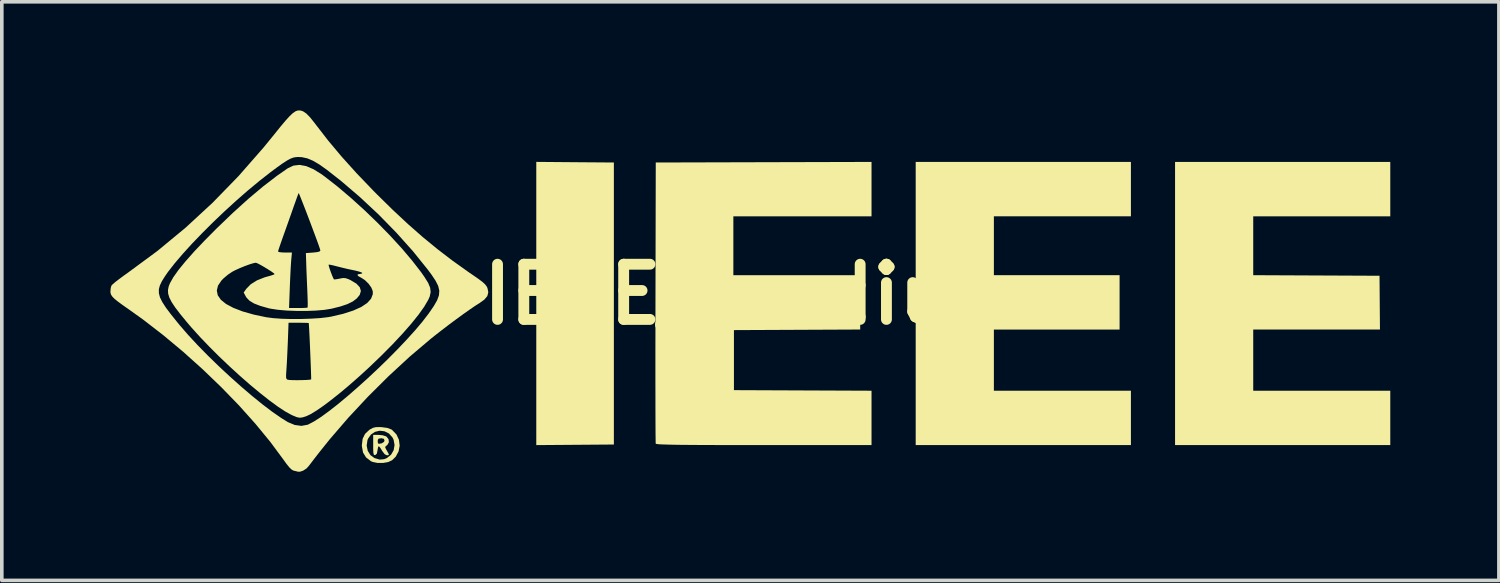
<source format=kicad_pcb>
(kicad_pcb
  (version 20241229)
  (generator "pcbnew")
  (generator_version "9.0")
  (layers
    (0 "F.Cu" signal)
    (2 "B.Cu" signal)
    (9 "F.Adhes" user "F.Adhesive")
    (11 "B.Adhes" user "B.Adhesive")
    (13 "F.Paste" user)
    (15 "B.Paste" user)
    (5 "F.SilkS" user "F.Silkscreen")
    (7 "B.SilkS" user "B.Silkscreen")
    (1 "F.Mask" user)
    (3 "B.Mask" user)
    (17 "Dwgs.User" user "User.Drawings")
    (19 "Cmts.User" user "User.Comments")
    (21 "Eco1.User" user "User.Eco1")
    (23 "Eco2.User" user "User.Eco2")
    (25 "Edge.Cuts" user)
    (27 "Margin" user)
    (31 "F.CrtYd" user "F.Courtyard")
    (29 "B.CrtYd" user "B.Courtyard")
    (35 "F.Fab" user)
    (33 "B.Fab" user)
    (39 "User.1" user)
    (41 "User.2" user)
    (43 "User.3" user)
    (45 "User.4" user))
  (footprint "IEEE_medium"
    (layer "F.Cu")
    (at 17.767 5.082)
    (property "Reference" "IEEE_medium" (at 0 0 0) (layer "F.SilkS") (effects (font (size 1.524 1.524) (thickness 0.3))))
    (attr through_hole)
    (fp_poly (pts (xy -4.935 -3.652) (xy -3.863 -3.644) (xy -3.863 4.145) (xy -4.935 4.153) (xy -6.006 4.161) (xy -6.006 -3.661)) (stroke (width 0) (type solid)) (fill yes) (layer "F.SilkS"))
    (fp_poly (pts (xy 10.417 -2.158) (xy 6.632 -2.158) (xy 6.632 -0.532) (xy 10.104 -0.532) (xy 10.104 0.97) (xy 6.632 0.97) (xy 6.632 2.659) (xy 10.417 2.659) (xy 10.417 4.16) (xy 4.473 4.16) (xy 4.473 -3.66) (xy 10.417 -3.66)) (stroke (width 0) (type solid)) (fill yes) (layer "F.SilkS"))
    (fp_poly (pts (xy 17.58 -2.158) (xy 13.795 -2.158) (xy 13.795 -0.532) (xy 15.539 -0.524) (xy 17.283 -0.516) (xy 17.295 0.97) (xy 13.795 0.97) (xy 13.795 2.659) (xy 17.58 2.659) (xy 17.58 4.16) (xy 11.636 4.16) (xy 11.636 -3.66) (xy 17.58 -3.66)) (stroke (width 0) (type solid)) (fill yes) (layer "F.SilkS"))
    (fp_poly (pts (xy 3.253 -2.158) (xy -0.563 -2.158) (xy -0.563 -0.532) (xy 2.94 -0.532) (xy 2.94 0.969) (xy -0.547 0.985) (xy -0.547 2.643) (xy 1.353 2.651) (xy 3.253 2.659) (xy 3.253 4.16) (xy 0.281 4.16) (xy -0.237 4.16) (xy -0.695 4.16) (xy -1.097 4.159) (xy -1.446 4.158) (xy -1.744 4.156) (xy -1.996 4.154) (xy -2.204 4.151) (xy -2.371 4.147) (xy -2.501 4.143) (xy -2.596 4.139) (xy -2.66 4.133) (xy -2.696 4.127) (xy -2.707 4.121) (xy -2.709 4.086) (xy -2.71 3.991) (xy -2.712 3.842) (xy -2.713 3.641) (xy -2.714 3.394) (xy -2.715 3.103) (xy -2.715 2.772) (xy -2.716 2.405) (xy -2.716 2.007) (xy -2.716 1.58) (xy -2.715 1.129) (xy -2.715 0.657) (xy -2.714 0.219) (xy -2.706 -3.644) (xy 3.253 -3.66)) (stroke (width 0) (type solid)) (fill yes) (layer "F.SilkS"))
    (fp_poly (pts (xy -10.274 3.666) (xy -10.117 3.687) (xy -10.007 3.729) (xy -9.987 3.743) (xy -9.868 3.866) (xy -9.799 4.015) (xy -9.779 4.176) (xy -9.809 4.336) (xy -9.888 4.481) (xy -9.987 4.578) (xy -10.096 4.629) (xy -10.238 4.654) (xy -10.389 4.654) (xy -10.525 4.626) (xy -10.573 4.605) (xy -10.708 4.501) (xy -10.791 4.365) (xy -10.822 4.193) (xy -10.823 4.175) (xy -10.69 4.175) (xy -10.661 4.318) (xy -10.586 4.438) (xy -10.471 4.521) (xy -10.469 4.521) (xy -10.331 4.561) (xy -10.207 4.55) (xy -10.132 4.519) (xy -10.017 4.427) (xy -9.945 4.302) (xy -9.92 4.159) (xy -9.946 4.014) (xy -9.978 3.949) (xy -10.076 3.84) (xy -10.198 3.779) (xy -10.33 3.764) (xy -10.459 3.794) (xy -10.571 3.868) (xy -10.652 3.983) (xy -10.668 4.023) (xy -10.69 4.175) (xy -10.823 4.175) (xy -10.823 4.164) (xy -10.802 3.988) (xy -10.735 3.851) (xy -10.618 3.741) (xy -10.59 3.723) (xy -10.513 3.683) (xy -10.433 3.665) (xy -10.327 3.663)) (stroke (width 0) (type solid)) (fill yes) (layer "F.SilkS"))
    (fp_poly (pts (xy -10.251 3.889) (xy -10.161 3.917) (xy -10.142 3.928) (xy -10.086 3.998) (xy -10.077 4.082) (xy -10.118 4.155) (xy -10.134 4.168) (xy -10.172 4.199) (xy -10.177 4.23) (xy -10.15 4.285) (xy -10.134 4.312) (xy -10.089 4.389) (xy -10.077 4.428) (xy -10.1 4.441) (xy -10.133 4.442) (xy -10.192 4.413) (xy -10.255 4.331) (xy -10.264 4.317) (xy -10.31 4.242) (xy -10.348 4.197) (xy -10.358 4.192) (xy -10.375 4.219) (xy -10.389 4.288) (xy -10.391 4.309) (xy -10.41 4.398) (xy -10.451 4.435) (xy -10.456 4.436) (xy -10.482 4.435) (xy -10.498 4.412) (xy -10.507 4.355) (xy -10.51 4.255) (xy -10.51 4.163) (xy -10.51 4.051) (xy -10.385 4.051) (xy -10.38 4.107) (xy -10.353 4.126) (xy -10.286 4.114) (xy -10.268 4.109) (xy -10.21 4.071) (xy -10.198 4.032) (xy -10.214 3.988) (xy -10.273 3.973) (xy -10.291 3.973) (xy -10.358 3.981) (xy -10.383 4.017) (xy -10.385 4.051) (xy -10.51 4.051) (xy -10.51 3.879) (xy -10.361 3.879)) (stroke (width 0) (type solid)) (fill yes) (layer "F.SilkS"))
    (fp_poly (pts (xy -12.525 -5.082) (xy -12.46 -5.062) (xy -12.437 -5.051) (xy -12.356 -4.996) (xy -12.257 -4.895) (xy -12.136 -4.745) (xy -12.099 -4.696) (xy -11.756 -4.253) (xy -11.38 -3.804) (xy -10.963 -3.342) (xy -10.5 -2.859) (xy -10.41 -2.768) (xy -9.968 -2.334) (xy -9.549 -1.943) (xy -9.143 -1.586) (xy -8.737 -1.253) (xy -8.322 -0.935) (xy -7.885 -0.623) (xy -7.74 -0.524) (xy -7.592 -0.421) (xy -7.488 -0.342) (xy -7.419 -0.278) (xy -7.376 -0.222) (xy -7.354 -0.176) (xy -7.331 -0.059) (xy -7.358 0.045) (xy -7.44 0.143) (xy -7.579 0.243) (xy -7.59 0.249) (xy -7.699 0.318) (xy -7.846 0.419) (xy -8.022 0.543) (xy -8.217 0.685) (xy -8.42 0.836) (xy -8.62 0.989) (xy -8.808 1.136) (xy -8.915 1.221) (xy -9.499 1.716) (xy -10.083 2.255) (xy -10.654 2.823) (xy -11.199 3.407) (xy -11.705 3.994) (xy -11.959 4.31) (xy -12.065 4.445) (xy -12.157 4.564) (xy -12.229 4.659) (xy -12.274 4.718) (xy -12.285 4.733) (xy -12.354 4.808) (xy -12.446 4.867) (xy -12.537 4.897) (xy -12.591 4.895) (xy -12.643 4.881) (xy -12.705 4.867) (xy -12.759 4.84) (xy -12.825 4.778) (xy -12.91 4.672) (xy -12.993 4.557) (xy -13.352 4.072) (xy -13.763 3.572) (xy -14.216 3.066) (xy -14.706 2.561) (xy -15.223 2.064) (xy -15.76 1.582) (xy -16.31 1.123) (xy -16.865 0.694) (xy -17.267 0.407) (xy -17.442 0.284) (xy -17.571 0.189) (xy -17.661 0.115) (xy -17.719 0.054) (xy -17.752 0.002) (xy -17.766 -0.05) (xy -17.767 -0.086) (xy -17.762 -0.142) (xy -16.43 -0.142) (xy -16.429 -0.035) (xy -16.399 0.081) (xy -16.335 0.21) (xy -16.237 0.362) (xy -16.101 0.543) (xy -15.927 0.76) (xy -15.849 0.855) (xy -15.62 1.119) (xy -15.361 1.398) (xy -15.079 1.686) (xy -14.78 1.977) (xy -14.473 2.263) (xy -14.164 2.539) (xy -13.861 2.798) (xy -13.57 3.034) (xy -13.299 3.24) (xy -13.054 3.41) (xy -12.865 3.527) (xy -12.676 3.605) (xy -12.492 3.63) (xy -12.324 3.599) (xy -12.303 3.591) (xy -12.145 3.508) (xy -11.952 3.384) (xy -11.73 3.222) (xy -11.484 3.03) (xy -11.221 2.811) (xy -10.945 2.571) (xy -10.662 2.316) (xy -10.379 2.051) (xy -10.101 1.781) (xy -9.834 1.511) (xy -9.584 1.247) (xy -9.355 0.994) (xy -9.155 0.757) (xy -8.989 0.542) (xy -8.97 0.516) (xy -8.837 0.323) (xy -8.745 0.163) (xy -8.694 0.025) (xy -8.684 -0.104) (xy -8.715 -0.235) (xy -8.788 -0.38) (xy -8.903 -0.552) (xy -8.999 -0.681) (xy -9.407 -1.188) (xy -9.864 -1.699) (xy -10.356 -2.203) (xy -10.874 -2.687) (xy -11.403 -3.139) (xy -11.792 -3.444) (xy -11.998 -3.59) (xy -12.174 -3.693) (xy -12.331 -3.759) (xy -12.479 -3.791) (xy -12.575 -3.796) (xy -12.651 -3.792) (xy -12.725 -3.777) (xy -12.804 -3.745) (xy -12.899 -3.693) (xy -13.017 -3.616) (xy -13.168 -3.508) (xy -13.343 -3.378) (xy -13.648 -3.139) (xy -13.966 -2.876) (xy -14.29 -2.593) (xy -14.613 -2.298) (xy -14.929 -1.997) (xy -15.232 -1.695) (xy -15.515 -1.401) (xy -15.77 -1.12) (xy -15.993 -0.859) (xy -16.176 -0.624) (xy -16.27 -0.488) (xy -16.348 -0.362) (xy -16.402 -0.248) (xy -16.43 -0.142) (xy -17.762 -0.142) (xy -17.759 -0.177) (xy -17.738 -0.248) (xy -17.737 -0.248) (xy -17.702 -0.284) (xy -17.625 -0.349) (xy -17.515 -0.433) (xy -17.382 -0.531) (xy -17.292 -0.595) (xy -16.471 -1.2) (xy -15.69 -1.845) (xy -14.945 -2.533) (xy -14.228 -3.27) (xy -13.537 -4.059) (xy -13.237 -4.427) (xy -13.068 -4.637) (xy -12.931 -4.8) (xy -12.82 -4.922) (xy -12.73 -5.007) (xy -12.654 -5.059) (xy -12.588 -5.082)) (stroke (width 0) (type solid)) (fill yes) (layer "F.SilkS"))
    (fp_poly (pts (xy -12.362 -3.545) (xy -12.159 -3.458) (xy -11.932 -3.317) (xy -11.857 -3.262) (xy -11.493 -2.978) (xy -11.122 -2.663) (xy -10.75 -2.326) (xy -10.387 -1.976) (xy -10.04 -1.621) (xy -9.718 -1.27) (xy -9.43 -0.929) (xy -9.183 -0.61) (xy -9.093 -0.481) (xy -8.992 -0.319) (xy -8.937 -0.186) (xy -8.923 -0.066) (xy -8.948 0.054) (xy -8.989 0.148) (xy -9.1 0.337) (xy -9.258 0.559) (xy -9.459 0.809) (xy -9.7 1.084) (xy -9.975 1.378) (xy -10.283 1.688) (xy -10.618 2.01) (xy -10.62 2.012) (xy -10.891 2.26) (xy -11.158 2.495) (xy -11.415 2.711) (xy -11.657 2.904) (xy -11.878 3.071) (xy -12.072 3.205) (xy -12.234 3.304) (xy -12.357 3.363) (xy -12.361 3.364) (xy -12.462 3.396) (xy -12.54 3.405) (xy -12.62 3.389) (xy -12.724 3.346) (xy -12.761 3.33) (xy -12.933 3.236) (xy -13.139 3.101) (xy -13.374 2.929) (xy -13.631 2.726) (xy -13.905 2.499) (xy -14.187 2.252) (xy -14.219 2.223) (xy -12.916 2.223) (xy -12.915 2.296) (xy -12.903 2.335) (xy -12.878 2.353) (xy -12.868 2.356) (xy -12.813 2.363) (xy -12.718 2.367) (xy -12.6 2.368) (xy -12.475 2.366) (xy -12.36 2.362) (xy -12.272 2.356) (xy -12.227 2.348) (xy -12.224 2.346) (xy -12.223 2.313) (xy -12.225 2.229) (xy -12.229 2.102) (xy -12.235 1.944) (xy -12.242 1.765) (xy -12.25 1.575) (xy -12.258 1.385) (xy -12.266 1.205) (xy -12.274 1.045) (xy -12.281 0.915) (xy -12.287 0.827) (xy -12.29 0.79) (xy -12.29 0.79) (xy -12.321 0.786) (xy -12.399 0.784) (xy -12.512 0.782) (xy -12.571 0.782) (xy -12.848 0.782) (xy -12.868 1.322) (xy -12.877 1.521) (xy -12.886 1.718) (xy -12.895 1.897) (xy -12.904 2.04) (xy -12.908 2.101) (xy -12.916 2.223) (xy -14.219 2.223) (xy -14.474 1.99) (xy -14.757 1.721) (xy -15.031 1.448) (xy -15.29 1.178) (xy -15.528 0.915) (xy -15.666 0.753) (xy -15.842 0.538) (xy -15.978 0.36) (xy -16.076 0.212) (xy -16.14 0.087) (xy -16.173 -0.022) (xy -16.177 -0.108) (xy -14.829 -0.108) (xy -14.803 0.023) (xy -14.717 0.147) (xy -14.574 0.263) (xy -14.373 0.37) (xy -14.117 0.469) (xy -13.807 0.557) (xy -13.466 0.629) (xy -13.277 0.654) (xy -13.043 0.671) (xy -12.779 0.679) (xy -12.503 0.678) (xy -12.23 0.669) (xy -11.976 0.653) (xy -11.76 0.628) (xy -11.668 0.612) (xy -11.339 0.535) (xy -11.062 0.446) (xy -10.841 0.347) (xy -10.676 0.237) (xy -10.569 0.118) (xy -10.521 -0.008) (xy -10.522 -0.091) (xy -10.562 -0.191) (xy -10.64 -0.299) (xy -10.741 -0.397) (xy -10.847 -0.466) (xy -10.859 -0.471) (xy -10.927 -0.51) (xy -10.946 -0.543) (xy -10.911 -0.562) (xy -10.888 -0.563) (xy -10.829 -0.575) (xy -10.81 -0.59) (xy -10.831 -0.608) (xy -10.9 -0.632) (xy -11.005 -0.659) (xy -11.054 -0.669) (xy -11.21 -0.702) (xy -11.374 -0.741) (xy -11.514 -0.776) (xy -11.521 -0.778) (xy -11.627 -0.805) (xy -11.706 -0.821) (xy -11.742 -0.823) (xy -11.742 -0.822) (xy -11.737 -0.791) (xy -11.716 -0.719) (xy -11.684 -0.628) (xy -11.649 -0.535) (xy -11.617 -0.458) (xy -11.595 -0.417) (xy -11.594 -0.416) (xy -11.559 -0.416) (xy -11.484 -0.427) (xy -11.435 -0.437) (xy -11.343 -0.454) (xy -11.27 -0.449) (xy -11.188 -0.42) (xy -11.126 -0.39) (xy -10.972 -0.297) (xy -10.88 -0.198) (xy -10.85 -0.095) (xy -10.883 0.013) (xy -10.964 0.111) (xy -11.075 0.195) (xy -11.224 0.268) (xy -11.418 0.333) (xy -11.667 0.395) (xy -11.668 0.395) (xy -11.86 0.426) (xy -12.096 0.446) (xy -12.358 0.456) (xy -12.631 0.455) (xy -12.897 0.445) (xy -13.141 0.424) (xy -13.345 0.393) (xy -13.404 0.38) (xy -13.632 0.315) (xy -13.804 0.248) (xy -13.927 0.173) (xy -14.009 0.087) (xy -14.027 0.058) (xy -14.087 -0.053) (xy -14.015 -0.155) (xy -13.892 -0.281) (xy -13.719 -0.389) (xy -13.51 -0.472) (xy -13.447 -0.49) (xy -13.342 -0.519) (xy -13.265 -0.545) (xy -13.233 -0.561) (xy -13.232 -0.562) (xy -13.258 -0.588) (xy -13.324 -0.635) (xy -13.416 -0.694) (xy -13.518 -0.756) (xy -13.617 -0.813) (xy -13.699 -0.856) (xy -13.747 -0.875) (xy -13.751 -0.876) (xy -13.82 -0.863) (xy -13.928 -0.83) (xy -14.059 -0.782) (xy -14.196 -0.726) (xy -14.323 -0.668) (xy -14.405 -0.625) (xy -14.525 -0.544) (xy -14.645 -0.442) (xy -14.701 -0.385) (xy -14.796 -0.244) (xy -14.829 -0.108) (xy -16.177 -0.108) (xy -16.178 -0.122) (xy -16.158 -0.221) (xy -16.124 -0.308) (xy -16.032 -0.472) (xy -15.89 -0.673) (xy -15.697 -0.91) (xy -15.454 -1.184) (xy -15.454 -1.185) (xy -13.138 -1.185) (xy -13.109 -1.17) (xy -13.035 -1.161) (xy -12.946 -1.157) (xy -12.754 -1.157) (xy -12.773 -0.962) (xy -12.78 -0.865) (xy -12.789 -0.721) (xy -12.798 -0.544) (xy -12.807 -0.349) (xy -12.813 -0.196) (xy -12.834 0.375) (xy -12.585 0.375) (xy -12.466 0.374) (xy -12.375 0.37) (xy -12.326 0.364) (xy -12.322 0.362) (xy -12.319 0.328) (xy -12.318 0.243) (xy -12.321 0.118) (xy -12.327 -0.035) (xy -12.329 -0.099) (xy -12.338 -0.293) (xy -12.346 -0.497) (xy -12.354 -0.685) (xy -12.359 -0.837) (xy -12.359 -0.845) (xy -12.369 -1.142) (xy -12.167 -1.157) (xy -12.053 -1.17) (xy -11.991 -1.187) (xy -11.97 -1.212) (xy -11.97 -1.22) (xy -11.982 -1.261) (xy -12.012 -1.349) (xy -12.057 -1.475) (xy -12.114 -1.629) (xy -12.179 -1.803) (xy -12.248 -1.987) (xy -12.318 -2.172) (xy -12.386 -2.349) (xy -12.448 -2.508) (xy -12.501 -2.642) (xy -12.54 -2.74) (xy -12.564 -2.793) (xy -12.569 -2.8) (xy -12.582 -2.769) (xy -12.612 -2.689) (xy -12.654 -2.571) (xy -12.706 -2.427) (xy -12.73 -2.357) (xy -12.799 -2.162) (xy -12.874 -1.949) (xy -12.947 -1.744) (xy -13.009 -1.571) (xy -13.01 -1.568) (xy -13.059 -1.428) (xy -13.1 -1.309) (xy -13.128 -1.224) (xy -13.138 -1.185) (xy -13.138 -1.185) (xy -15.454 -1.185) (xy -15.16 -1.494) (xy -14.838 -1.819) (xy -14.387 -2.252) (xy -13.956 -2.642) (xy -13.548 -2.985) (xy -13.165 -3.279) (xy -12.867 -3.486) (xy -12.712 -3.558) (xy -12.545 -3.578)) (stroke (width 0) (type solid)) (fill yes) (layer "F.SilkS")))
  (gr_rect
    (start -3 -3)
    (end 38.347 12.98)
    (stroke (width 0.1) (type default))
    (fill no)
    (layer "Edge.Cuts")))
</source>
